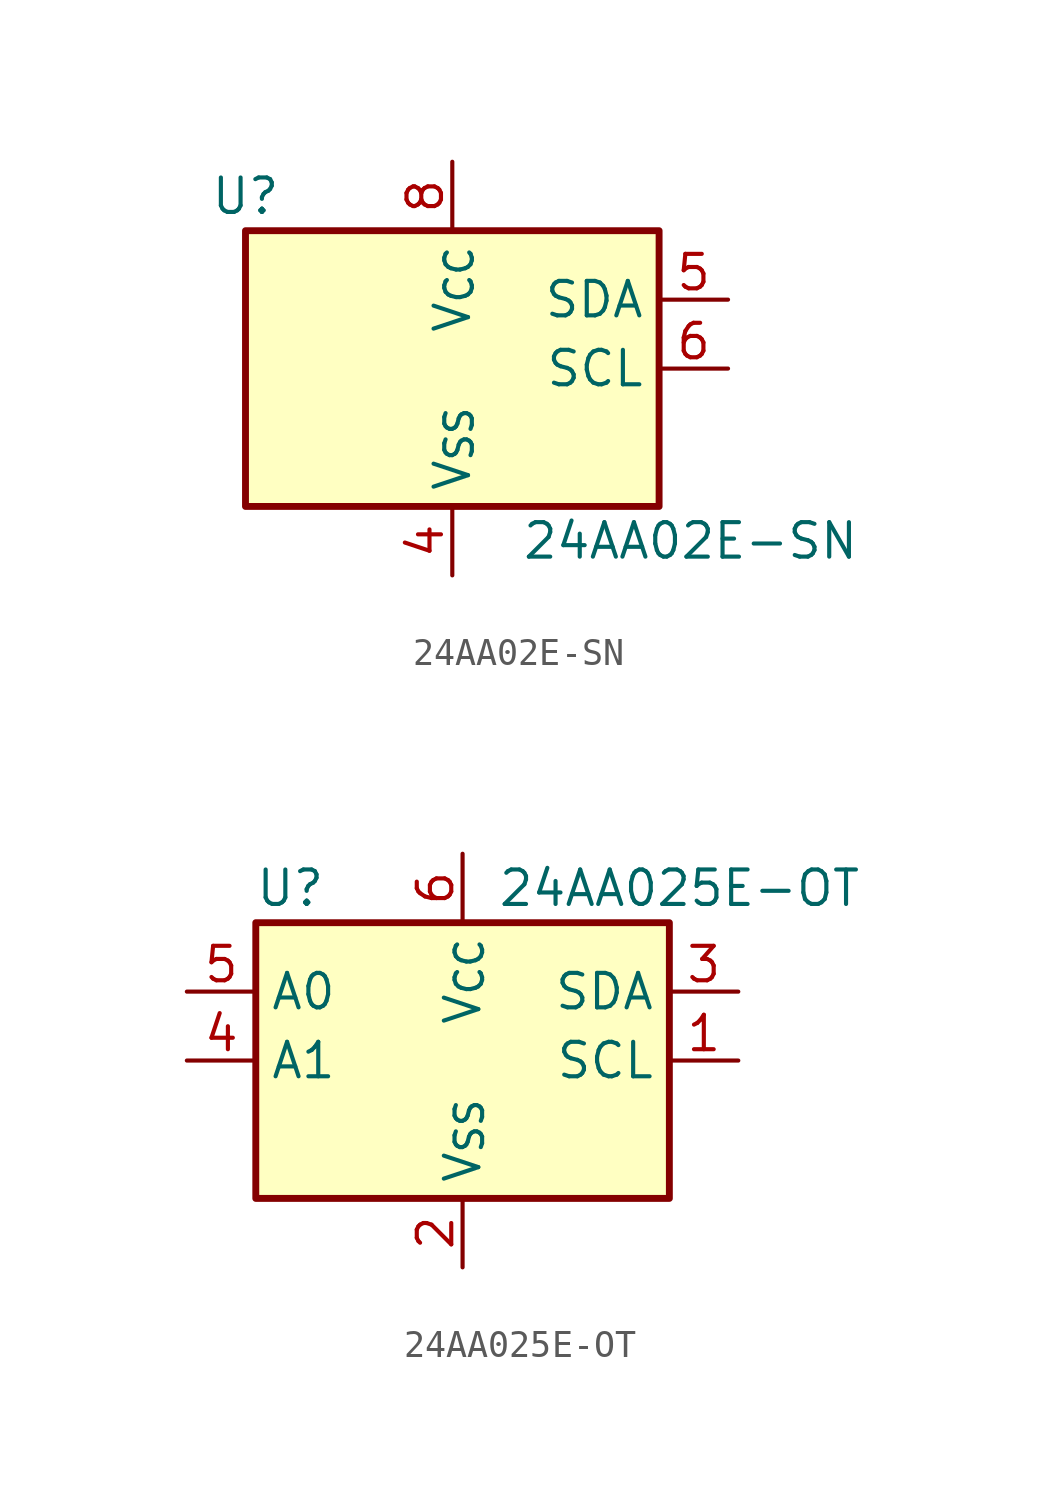
<source format=kicad_sym>
(kicad_symbol_lib
  (version 20231120)
  (generator "kicad_symbol_editor")
  (generator_version "8.0")
  (symbol "24AA02E-SN"
    (property "Reference" "U"
      (at -7.62 6.35 0)
      (effects (font (size 1.27 1.27))))
    (property "Value" "24AA02E-SN"
      (at 2.54 -6.35 0)
      (effects (font (size 1.27 1.27)) (justify left)))
    (symbol "24AA02E-SN_1_1"
      (rectangle (start -7.62 5.08) (end 7.62 -5.08) (stroke (width 0.254) (type default)) (fill (type background)))
      (pin no_connect line (at -10.16 2.54 0) (length 2.54) hide (name "NC" (effects (font (size 1.27 1.27)))) (number "1" (effects (font (size 1.27 1.27)))))
      (pin no_connect line (at -10.16 0 0) (length 2.54) hide (name "NC" (effects (font (size 1.27 1.27)))) (number "2" (effects (font (size 1.27 1.27)))))
      (pin no_connect line (at -10.16 -2.54 0) (length 2.54) hide (name "NC" (effects (font (size 1.27 1.27)))) (number "3" (effects (font (size 1.27 1.27)))))
      (pin power_in line (at 0 -7.62 90) (length 2.54) (name "V_{SS}" (effects (font (size 1.27 1.27)))) (number "4" (effects (font (size 1.27 1.27)))))
      (pin bidirectional line (at 10.16 2.54 180) (length 2.54) (name "SDA" (effects (font (size 1.27 1.27)))) (number "5" (effects (font (size 1.27 1.27)))))
      (pin input line (at 10.16 0 180) (length 2.54) (name "SCL" (effects (font (size 1.27 1.27)))) (number "6" (effects (font (size 1.27 1.27)))))
      (pin no_connect line (at 10.16 -2.54 180) (length 2.54) hide (name "NC" (effects (font (size 1.27 1.27)))) (number "7" (effects (font (size 1.27 1.27)))))
      (pin power_in line (at 0 7.62 270) (length 2.54) (name "V_{CC}" (effects (font (size 1.27 1.27)))) (number "8" (effects (font (size 1.27 1.27)))))))
  (symbol "24AA025E-OT"
    (property "Reference" "U"
      (at -6.35 6.35 0)
      (effects (font (size 1.27 1.27))))
    (property "Value" "24AA025E-OT"
      (at 1.27 6.35 0)
      (effects (font (size 1.27 1.27)) (justify left)))
    (symbol "24AA025E-OT_1_1"
      (rectangle (start -7.62 5.08) (end 7.62 -5.08) (stroke (width 0.254) (type default)) (fill (type background)))
      (pin input line (at 10.16 0 180) (length 2.54) (name "SCL" (effects (font (size 1.27 1.27)))) (number "1" (effects (font (size 1.27 1.27)))))
      (pin power_in line (at 0 -7.62 90) (length 2.54) (name "V_{SS}" (effects (font (size 1.27 1.27)))) (number "2" (effects (font (size 1.27 1.27)))))
      (pin bidirectional line (at 10.16 2.54 180) (length 2.54) (name "SDA" (effects (font (size 1.27 1.27)))) (number "3" (effects (font (size 1.27 1.27)))))
      (pin input line (at -10.16 0 0) (length 2.54) (name "A1" (effects (font (size 1.27 1.27)))) (number "4" (effects (font (size 1.27 1.27)))))
      (pin input line (at -10.16 2.54 0) (length 2.54) (name "A0" (effects (font (size 1.27 1.27)))) (number "5" (effects (font (size 1.27 1.27)))))
      (pin power_in line (at 0 7.62 270) (length 2.54) (name "V_{CC}" (effects (font (size 1.27 1.27)))) (number "6" (effects (font (size 1.27 1.27))))))))
</source>
